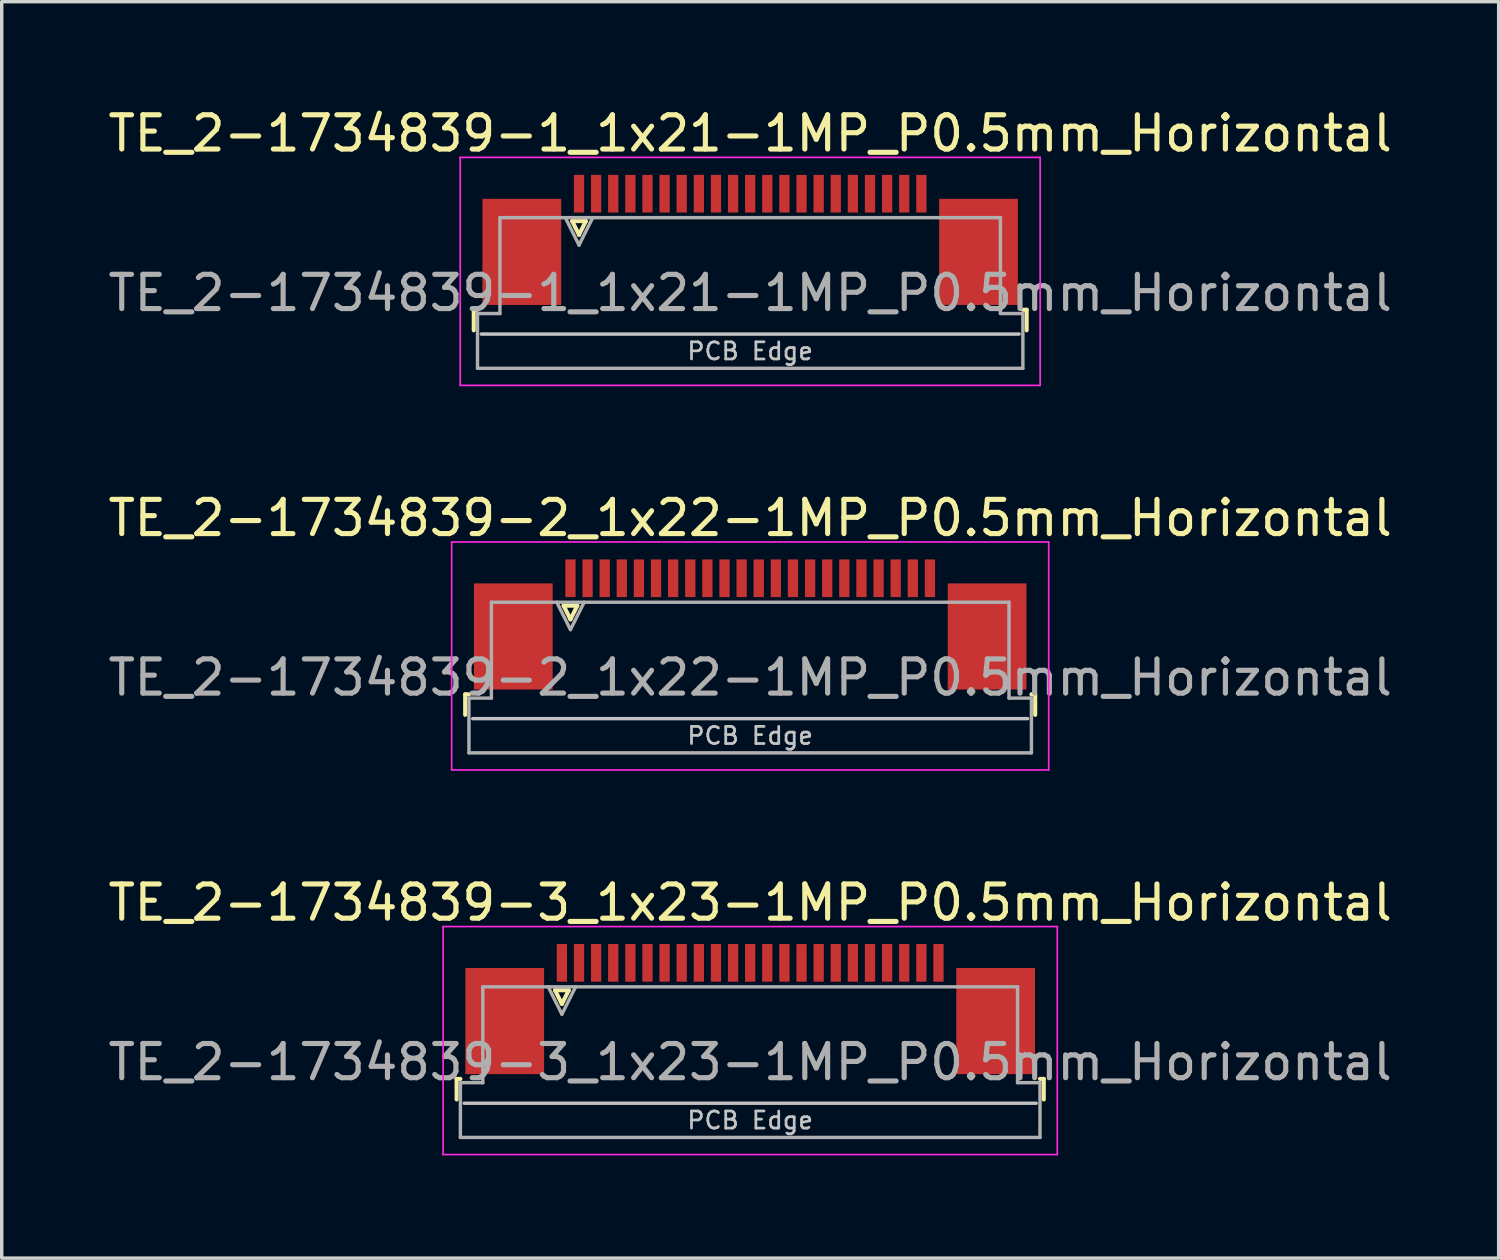
<source format=kicad_pcb>
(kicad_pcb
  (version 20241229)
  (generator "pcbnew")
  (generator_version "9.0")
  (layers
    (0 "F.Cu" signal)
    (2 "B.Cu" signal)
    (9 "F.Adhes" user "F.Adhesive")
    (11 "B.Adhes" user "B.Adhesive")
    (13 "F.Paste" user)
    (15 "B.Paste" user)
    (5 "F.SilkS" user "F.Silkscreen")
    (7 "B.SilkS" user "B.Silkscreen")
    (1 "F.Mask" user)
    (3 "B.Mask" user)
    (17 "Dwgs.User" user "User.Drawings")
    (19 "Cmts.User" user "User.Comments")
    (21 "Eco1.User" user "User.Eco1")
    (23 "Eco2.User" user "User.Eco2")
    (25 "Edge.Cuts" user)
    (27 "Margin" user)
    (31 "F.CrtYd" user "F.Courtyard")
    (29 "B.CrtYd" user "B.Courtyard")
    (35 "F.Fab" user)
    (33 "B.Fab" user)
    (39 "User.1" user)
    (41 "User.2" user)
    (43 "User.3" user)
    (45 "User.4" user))
  (footprint "TE_2-1734839-2_1x22-1MP_P0.5mm_Horizontal"
    (layer "F.Cu")
    (at 18.863 15.191)
    (property "Reference" "TE_2-1734839-2_1x22-1MP_P0.5mm_Horizontal" (at 0 -3.11 0) (layer "F.SilkS") (effects (font (size 1 1) (thickness 0.15))))
    (attr smd)
    (fp_line (start -8.325 2.04) (end -8.325 2.64) (stroke (width 0.12) (type solid)) (layer "F.SilkS"))
    (fp_line (start -8.215 2.04) (end -8.325 2.04) (stroke (width 0.12) (type solid)) (layer "F.SilkS"))
    (fp_line (start -5.45 -0.55) (end -5.25 -0.15) (stroke (width 0.12) (type solid)) (layer "F.SilkS"))
    (fp_line (start -5.25 -0.15) (end -5.05 -0.55) (stroke (width 0.12) (type solid)) (layer "F.SilkS"))
    (fp_line (start -5.05 -0.55) (end -5.45 -0.55) (stroke (width 0.12) (type solid)) (layer "F.SilkS"))
    (fp_line (start 8.215 2.04) (end 8.325 2.04) (stroke (width 0.12) (type solid)) (layer "F.SilkS"))
    (fp_line (start 8.325 2.04) (end 8.325 2.64) (stroke (width 0.12) (type solid)) (layer "F.SilkS"))
    (fp_line (start 8.105 2.75) (end -8.105 2.75) (stroke (width 0.1) (type solid)) (layer "Dwgs.User"))
    (fp_line (start -8.72 -2.41) (end -8.72 4.25) (stroke (width 0.05) (type solid)) (layer "F.CrtYd"))
    (fp_line (start -8.72 4.25) (end 8.72 4.25) (stroke (width 0.05) (type solid)) (layer "F.CrtYd"))
    (fp_line (start 8.72 -2.41) (end -8.72 -2.41) (stroke (width 0.05) (type solid)) (layer "F.CrtYd"))
    (fp_line (start 8.72 4.25) (end 8.72 -2.41) (stroke (width 0.05) (type solid)) (layer "F.CrtYd"))
    (fp_line (start -8.215 2.15) (end -7.56 2.15) (stroke (width 0.1) (type solid)) (layer "F.Fab"))
    (fp_line (start -8.215 3.75) (end -8.215 2.15) (stroke (width 0.1) (type solid)) (layer "F.Fab"))
    (fp_line (start -7.56 -0.65) (end 7.56 -0.65) (stroke (width 0.1) (type solid)) (layer "F.Fab"))
    (fp_line (start -7.56 2.15) (end -7.56 -0.65) (stroke (width 0.1) (type solid)) (layer "F.Fab"))
    (fp_line (start -5.65 -0.65) (end -5.25 0.15) (stroke (width 0.1) (type solid)) (layer "F.Fab"))
    (fp_line (start -5.25 0.15) (end -4.85 -0.65) (stroke (width 0.1) (type solid)) (layer "F.Fab"))
    (fp_line (start 7.56 -0.65) (end 7.56 2.15) (stroke (width 0.1) (type solid)) (layer "F.Fab"))
    (fp_line (start 7.56 2.15) (end 8.215 2.15) (stroke (width 0.1) (type solid)) (layer "F.Fab"))
    (fp_line (start 8.215 2.15) (end 8.215 3.75) (stroke (width 0.1) (type solid)) (layer "F.Fab"))
    (fp_line (start 8.215 3.75) (end -8.215 3.75) (stroke (width 0.1) (type solid)) (layer "F.Fab"))
    (fp_text user "PCB Edge" (at 0 3.25 0) (layer "Dwgs.User") (effects (font (size 0.5 0.5) (thickness 0.08))))
    (fp_text user "${REFERENCE}" (at 0 1.55 0) (layer "F.Fab") (effects (font (size 1 1) (thickness 0.15))))
    (pad "1" smd rect (at -5.25 -1.35) (size 0.3 1.1) (layers "F.Cu" "F.Mask" "F.Paste"))
    (pad "2" smd rect (at -4.75 -1.35) (size 0.3 1.1) (layers "F.Cu" "F.Mask" "F.Paste"))
    (pad "3" smd rect (at -4.25 -1.35) (size 0.3 1.1) (layers "F.Cu" "F.Mask" "F.Paste"))
    (pad "4" smd rect (at -3.75 -1.35) (size 0.3 1.1) (layers "F.Cu" "F.Mask" "F.Paste"))
    (pad "5" smd rect (at -3.25 -1.35) (size 0.3 1.1) (layers "F.Cu" "F.Mask" "F.Paste"))
    (pad "6" smd rect (at -2.75 -1.35) (size 0.3 1.1) (layers "F.Cu" "F.Mask" "F.Paste"))
    (pad "7" smd rect (at -2.25 -1.35) (size 0.3 1.1) (layers "F.Cu" "F.Mask" "F.Paste"))
    (pad "8" smd rect (at -1.75 -1.35) (size 0.3 1.1) (layers "F.Cu" "F.Mask" "F.Paste"))
    (pad "9" smd rect (at -1.25 -1.35) (size 0.3 1.1) (layers "F.Cu" "F.Mask" "F.Paste"))
    (pad "10" smd rect (at -0.75 -1.35) (size 0.3 1.1) (layers "F.Cu" "F.Mask" "F.Paste"))
    (pad "11" smd rect (at -0.25 -1.35) (size 0.3 1.1) (layers "F.Cu" "F.Mask" "F.Paste"))
    (pad "12" smd rect (at 0.25 -1.35) (size 0.3 1.1) (layers "F.Cu" "F.Mask" "F.Paste"))
    (pad "13" smd rect (at 0.75 -1.35) (size 0.3 1.1) (layers "F.Cu" "F.Mask" "F.Paste"))
    (pad "14" smd rect (at 1.25 -1.35) (size 0.3 1.1) (layers "F.Cu" "F.Mask" "F.Paste"))
    (pad "15" smd rect (at 1.75 -1.35) (size 0.3 1.1) (layers "F.Cu" "F.Mask" "F.Paste"))
    (pad "16" smd rect (at 2.25 -1.35) (size 0.3 1.1) (layers "F.Cu" "F.Mask" "F.Paste"))
    (pad "17" smd rect (at 2.75 -1.35) (size 0.3 1.1) (layers "F.Cu" "F.Mask" "F.Paste"))
    (pad "18" smd rect (at 3.25 -1.35) (size 0.3 1.1) (layers "F.Cu" "F.Mask" "F.Paste"))
    (pad "19" smd rect (at 3.75 -1.35) (size 0.3 1.1) (layers "F.Cu" "F.Mask" "F.Paste"))
    (pad "20" smd rect (at 4.25 -1.35) (size 0.3 1.1) (layers "F.Cu" "F.Mask" "F.Paste"))
    (pad "21" smd rect (at 4.75 -1.35) (size 0.3 1.1) (layers "F.Cu" "F.Mask" "F.Paste"))
    (pad "22" smd rect (at 5.25 -1.35) (size 0.3 1.1) (layers "F.Cu" "F.Mask" "F.Paste"))
    (pad "MP" smd rect (at -6.92 0.35) (size 2.3 3.1) (layers "F.Cu" "F.Mask" "F.Paste"))
    (pad "MP" smd rect (at 6.92 0.35) (size 2.3 3.1) (layers "F.Cu" "F.Mask" "F.Paste")))
  (footprint "TE_2-1734839-1_1x21-1MP_P0.5mm_Horizontal"
    (layer "F.Cu")
    (at 18.863 3.958)
    (property "Reference" "TE_2-1734839-1_1x21-1MP_P0.5mm_Horizontal" (at 0 -3.11 0) (layer "F.SilkS") (effects (font (size 1 1) (thickness 0.15))))
    (attr smd)
    (fp_line (start -8.075 2.04) (end -8.075 2.64) (stroke (width 0.12) (type solid)) (layer "F.SilkS"))
    (fp_line (start -7.965 2.04) (end -8.075 2.04) (stroke (width 0.12) (type solid)) (layer "F.SilkS"))
    (fp_line (start -5.2 -0.55) (end -5 -0.15) (stroke (width 0.12) (type solid)) (layer "F.SilkS"))
    (fp_line (start -5 -0.15) (end -4.8 -0.55) (stroke (width 0.12) (type solid)) (layer "F.SilkS"))
    (fp_line (start -4.8 -0.55) (end -5.2 -0.55) (stroke (width 0.12) (type solid)) (layer "F.SilkS"))
    (fp_line (start 7.965 2.04) (end 8.075 2.04) (stroke (width 0.12) (type solid)) (layer "F.SilkS"))
    (fp_line (start 8.075 2.04) (end 8.075 2.64) (stroke (width 0.12) (type solid)) (layer "F.SilkS"))
    (fp_line (start 7.855 2.75) (end -7.855 2.75) (stroke (width 0.1) (type solid)) (layer "Dwgs.User"))
    (fp_line (start -8.47 -2.41) (end -8.47 4.25) (stroke (width 0.05) (type solid)) (layer "F.CrtYd"))
    (fp_line (start -8.47 4.25) (end 8.47 4.25) (stroke (width 0.05) (type solid)) (layer "F.CrtYd"))
    (fp_line (start 8.47 -2.41) (end -8.47 -2.41) (stroke (width 0.05) (type solid)) (layer "F.CrtYd"))
    (fp_line (start 8.47 4.25) (end 8.47 -2.41) (stroke (width 0.05) (type solid)) (layer "F.CrtYd"))
    (fp_line (start -7.965 2.15) (end -7.31 2.15) (stroke (width 0.1) (type solid)) (layer "F.Fab"))
    (fp_line (start -7.965 3.75) (end -7.965 2.15) (stroke (width 0.1) (type solid)) (layer "F.Fab"))
    (fp_line (start -7.31 -0.65) (end 7.31 -0.65) (stroke (width 0.1) (type solid)) (layer "F.Fab"))
    (fp_line (start -7.31 2.15) (end -7.31 -0.65) (stroke (width 0.1) (type solid)) (layer "F.Fab"))
    (fp_line (start -5.4 -0.65) (end -5 0.15) (stroke (width 0.1) (type solid)) (layer "F.Fab"))
    (fp_line (start -5 0.15) (end -4.6 -0.65) (stroke (width 0.1) (type solid)) (layer "F.Fab"))
    (fp_line (start 7.31 -0.65) (end 7.31 2.15) (stroke (width 0.1) (type solid)) (layer "F.Fab"))
    (fp_line (start 7.31 2.15) (end 7.965 2.15) (stroke (width 0.1) (type solid)) (layer "F.Fab"))
    (fp_line (start 7.965 2.15) (end 7.965 3.75) (stroke (width 0.1) (type solid)) (layer "F.Fab"))
    (fp_line (start 7.965 3.75) (end -7.965 3.75) (stroke (width 0.1) (type solid)) (layer "F.Fab"))
    (fp_text user "PCB Edge" (at 0 3.25 0) (layer "Dwgs.User") (effects (font (size 0.5 0.5) (thickness 0.08))))
    (fp_text user "${REFERENCE}" (at 0 1.55 0) (layer "F.Fab") (effects (font (size 1 1) (thickness 0.15))))
    (pad "1" smd rect (at -5 -1.35) (size 0.3 1.1) (layers "F.Cu" "F.Mask" "F.Paste"))
    (pad "2" smd rect (at -4.5 -1.35) (size 0.3 1.1) (layers "F.Cu" "F.Mask" "F.Paste"))
    (pad "3" smd rect (at -4 -1.35) (size 0.3 1.1) (layers "F.Cu" "F.Mask" "F.Paste"))
    (pad "4" smd rect (at -3.5 -1.35) (size 0.3 1.1) (layers "F.Cu" "F.Mask" "F.Paste"))
    (pad "5" smd rect (at -3 -1.35) (size 0.3 1.1) (layers "F.Cu" "F.Mask" "F.Paste"))
    (pad "6" smd rect (at -2.5 -1.35) (size 0.3 1.1) (layers "F.Cu" "F.Mask" "F.Paste"))
    (pad "7" smd rect (at -2 -1.35) (size 0.3 1.1) (layers "F.Cu" "F.Mask" "F.Paste"))
    (pad "8" smd rect (at -1.5 -1.35) (size 0.3 1.1) (layers "F.Cu" "F.Mask" "F.Paste"))
    (pad "9" smd rect (at -1 -1.35) (size 0.3 1.1) (layers "F.Cu" "F.Mask" "F.Paste"))
    (pad "10" smd rect (at -0.5 -1.35) (size 0.3 1.1) (layers "F.Cu" "F.Mask" "F.Paste"))
    (pad "11" smd rect (at 0 -1.35) (size 0.3 1.1) (layers "F.Cu" "F.Mask" "F.Paste"))
    (pad "12" smd rect (at 0.5 -1.35) (size 0.3 1.1) (layers "F.Cu" "F.Mask" "F.Paste"))
    (pad "13" smd rect (at 1 -1.35) (size 0.3 1.1) (layers "F.Cu" "F.Mask" "F.Paste"))
    (pad "14" smd rect (at 1.5 -1.35) (size 0.3 1.1) (layers "F.Cu" "F.Mask" "F.Paste"))
    (pad "15" smd rect (at 2 -1.35) (size 0.3 1.1) (layers "F.Cu" "F.Mask" "F.Paste"))
    (pad "16" smd rect (at 2.5 -1.35) (size 0.3 1.1) (layers "F.Cu" "F.Mask" "F.Paste"))
    (pad "17" smd rect (at 3 -1.35) (size 0.3 1.1) (layers "F.Cu" "F.Mask" "F.Paste"))
    (pad "18" smd rect (at 3.5 -1.35) (size 0.3 1.1) (layers "F.Cu" "F.Mask" "F.Paste"))
    (pad "19" smd rect (at 4 -1.35) (size 0.3 1.1) (layers "F.Cu" "F.Mask" "F.Paste"))
    (pad "20" smd rect (at 4.5 -1.35) (size 0.3 1.1) (layers "F.Cu" "F.Mask" "F.Paste"))
    (pad "21" smd rect (at 5 -1.35) (size 0.3 1.1) (layers "F.Cu" "F.Mask" "F.Paste"))
    (pad "MP" smd rect (at -6.67 0.35) (size 2.3 3.1) (layers "F.Cu" "F.Mask" "F.Paste"))
    (pad "MP" smd rect (at 6.67 0.35) (size 2.3 3.1) (layers "F.Cu" "F.Mask" "F.Paste")))
  (footprint "TE_2-1734839-3_1x23-1MP_P0.5mm_Horizontal"
    (layer "F.Cu")
    (at 18.863 26.425)
    (property "Reference" "TE_2-1734839-3_1x23-1MP_P0.5mm_Horizontal" (at 0 -3.11 0) (layer "F.SilkS") (effects (font (size 1 1) (thickness 0.15))))
    (attr smd)
    (fp_line (start -8.575 2.04) (end -8.575 2.64) (stroke (width 0.12) (type solid)) (layer "F.SilkS"))
    (fp_line (start -8.465 2.04) (end -8.575 2.04) (stroke (width 0.12) (type solid)) (layer "F.SilkS"))
    (fp_line (start -5.7 -0.55) (end -5.5 -0.15) (stroke (width 0.12) (type solid)) (layer "F.SilkS"))
    (fp_line (start -5.5 -0.15) (end -5.3 -0.55) (stroke (width 0.12) (type solid)) (layer "F.SilkS"))
    (fp_line (start -5.3 -0.55) (end -5.7 -0.55) (stroke (width 0.12) (type solid)) (layer "F.SilkS"))
    (fp_line (start 8.465 2.04) (end 8.575 2.04) (stroke (width 0.12) (type solid)) (layer "F.SilkS"))
    (fp_line (start 8.575 2.04) (end 8.575 2.64) (stroke (width 0.12) (type solid)) (layer "F.SilkS"))
    (fp_line (start 8.355 2.75) (end -8.355 2.75) (stroke (width 0.1) (type solid)) (layer "Dwgs.User"))
    (fp_line (start -8.97 -2.41) (end -8.97 4.25) (stroke (width 0.05) (type solid)) (layer "F.CrtYd"))
    (fp_line (start -8.97 4.25) (end 8.97 4.25) (stroke (width 0.05) (type solid)) (layer "F.CrtYd"))
    (fp_line (start 8.97 -2.41) (end -8.97 -2.41) (stroke (width 0.05) (type solid)) (layer "F.CrtYd"))
    (fp_line (start 8.97 4.25) (end 8.97 -2.41) (stroke (width 0.05) (type solid)) (layer "F.CrtYd"))
    (fp_line (start -8.465 2.15) (end -7.81 2.15) (stroke (width 0.1) (type solid)) (layer "F.Fab"))
    (fp_line (start -8.465 3.75) (end -8.465 2.15) (stroke (width 0.1) (type solid)) (layer "F.Fab"))
    (fp_line (start -7.81 -0.65) (end 7.81 -0.65) (stroke (width 0.1) (type solid)) (layer "F.Fab"))
    (fp_line (start -7.81 2.15) (end -7.81 -0.65) (stroke (width 0.1) (type solid)) (layer "F.Fab"))
    (fp_line (start -5.9 -0.65) (end -5.5 0.15) (stroke (width 0.1) (type solid)) (layer "F.Fab"))
    (fp_line (start -5.5 0.15) (end -5.1 -0.65) (stroke (width 0.1) (type solid)) (layer "F.Fab"))
    (fp_line (start 7.81 -0.65) (end 7.81 2.15) (stroke (width 0.1) (type solid)) (layer "F.Fab"))
    (fp_line (start 7.81 2.15) (end 8.465 2.15) (stroke (width 0.1) (type solid)) (layer "F.Fab"))
    (fp_line (start 8.465 2.15) (end 8.465 3.75) (stroke (width 0.1) (type solid)) (layer "F.Fab"))
    (fp_line (start 8.465 3.75) (end -8.465 3.75) (stroke (width 0.1) (type solid)) (layer "F.Fab"))
    (fp_text user "PCB Edge" (at 0 3.25 0) (layer "Dwgs.User") (effects (font (size 0.5 0.5) (thickness 0.08))))
    (fp_text user "${REFERENCE}" (at 0 1.55 0) (layer "F.Fab") (effects (font (size 1 1) (thickness 0.15))))
    (pad "1" smd rect (at -5.5 -1.35) (size 0.3 1.1) (layers "F.Cu" "F.Mask" "F.Paste"))
    (pad "2" smd rect (at -5 -1.35) (size 0.3 1.1) (layers "F.Cu" "F.Mask" "F.Paste"))
    (pad "3" smd rect (at -4.5 -1.35) (size 0.3 1.1) (layers "F.Cu" "F.Mask" "F.Paste"))
    (pad "4" smd rect (at -4 -1.35) (size 0.3 1.1) (layers "F.Cu" "F.Mask" "F.Paste"))
    (pad "5" smd rect (at -3.5 -1.35) (size 0.3 1.1) (layers "F.Cu" "F.Mask" "F.Paste"))
    (pad "6" smd rect (at -3 -1.35) (size 0.3 1.1) (layers "F.Cu" "F.Mask" "F.Paste"))
    (pad "7" smd rect (at -2.5 -1.35) (size 0.3 1.1) (layers "F.Cu" "F.Mask" "F.Paste"))
    (pad "8" smd rect (at -2 -1.35) (size 0.3 1.1) (layers "F.Cu" "F.Mask" "F.Paste"))
    (pad "9" smd rect (at -1.5 -1.35) (size 0.3 1.1) (layers "F.Cu" "F.Mask" "F.Paste"))
    (pad "10" smd rect (at -1 -1.35) (size 0.3 1.1) (layers "F.Cu" "F.Mask" "F.Paste"))
    (pad "11" smd rect (at -0.5 -1.35) (size 0.3 1.1) (layers "F.Cu" "F.Mask" "F.Paste"))
    (pad "12" smd rect (at 0 -1.35) (size 0.3 1.1) (layers "F.Cu" "F.Mask" "F.Paste"))
    (pad "13" smd rect (at 0.5 -1.35) (size 0.3 1.1) (layers "F.Cu" "F.Mask" "F.Paste"))
    (pad "14" smd rect (at 1 -1.35) (size 0.3 1.1) (layers "F.Cu" "F.Mask" "F.Paste"))
    (pad "15" smd rect (at 1.5 -1.35) (size 0.3 1.1) (layers "F.Cu" "F.Mask" "F.Paste"))
    (pad "16" smd rect (at 2 -1.35) (size 0.3 1.1) (layers "F.Cu" "F.Mask" "F.Paste"))
    (pad "17" smd rect (at 2.5 -1.35) (size 0.3 1.1) (layers "F.Cu" "F.Mask" "F.Paste"))
    (pad "18" smd rect (at 3 -1.35) (size 0.3 1.1) (layers "F.Cu" "F.Mask" "F.Paste"))
    (pad "19" smd rect (at 3.5 -1.35) (size 0.3 1.1) (layers "F.Cu" "F.Mask" "F.Paste"))
    (pad "20" smd rect (at 4 -1.35) (size 0.3 1.1) (layers "F.Cu" "F.Mask" "F.Paste"))
    (pad "21" smd rect (at 4.5 -1.35) (size 0.3 1.1) (layers "F.Cu" "F.Mask" "F.Paste"))
    (pad "22" smd rect (at 5 -1.35) (size 0.3 1.1) (layers "F.Cu" "F.Mask" "F.Paste"))
    (pad "23" smd rect (at 5.5 -1.35) (size 0.3 1.1) (layers "F.Cu" "F.Mask" "F.Paste"))
    (pad "MP" smd rect (at -7.17 0.35) (size 2.3 3.1) (layers "F.Cu" "F.Mask" "F.Paste"))
    (pad "MP" smd rect (at 7.17 0.35) (size 2.3 3.1) (layers "F.Cu" "F.Mask" "F.Paste")))
  (gr_rect
    (start -3 -3)
    (end 40.726 33.7)
    (stroke (width 0.1) (type default))
    (fill no)
    (layer "Edge.Cuts")))
</source>
